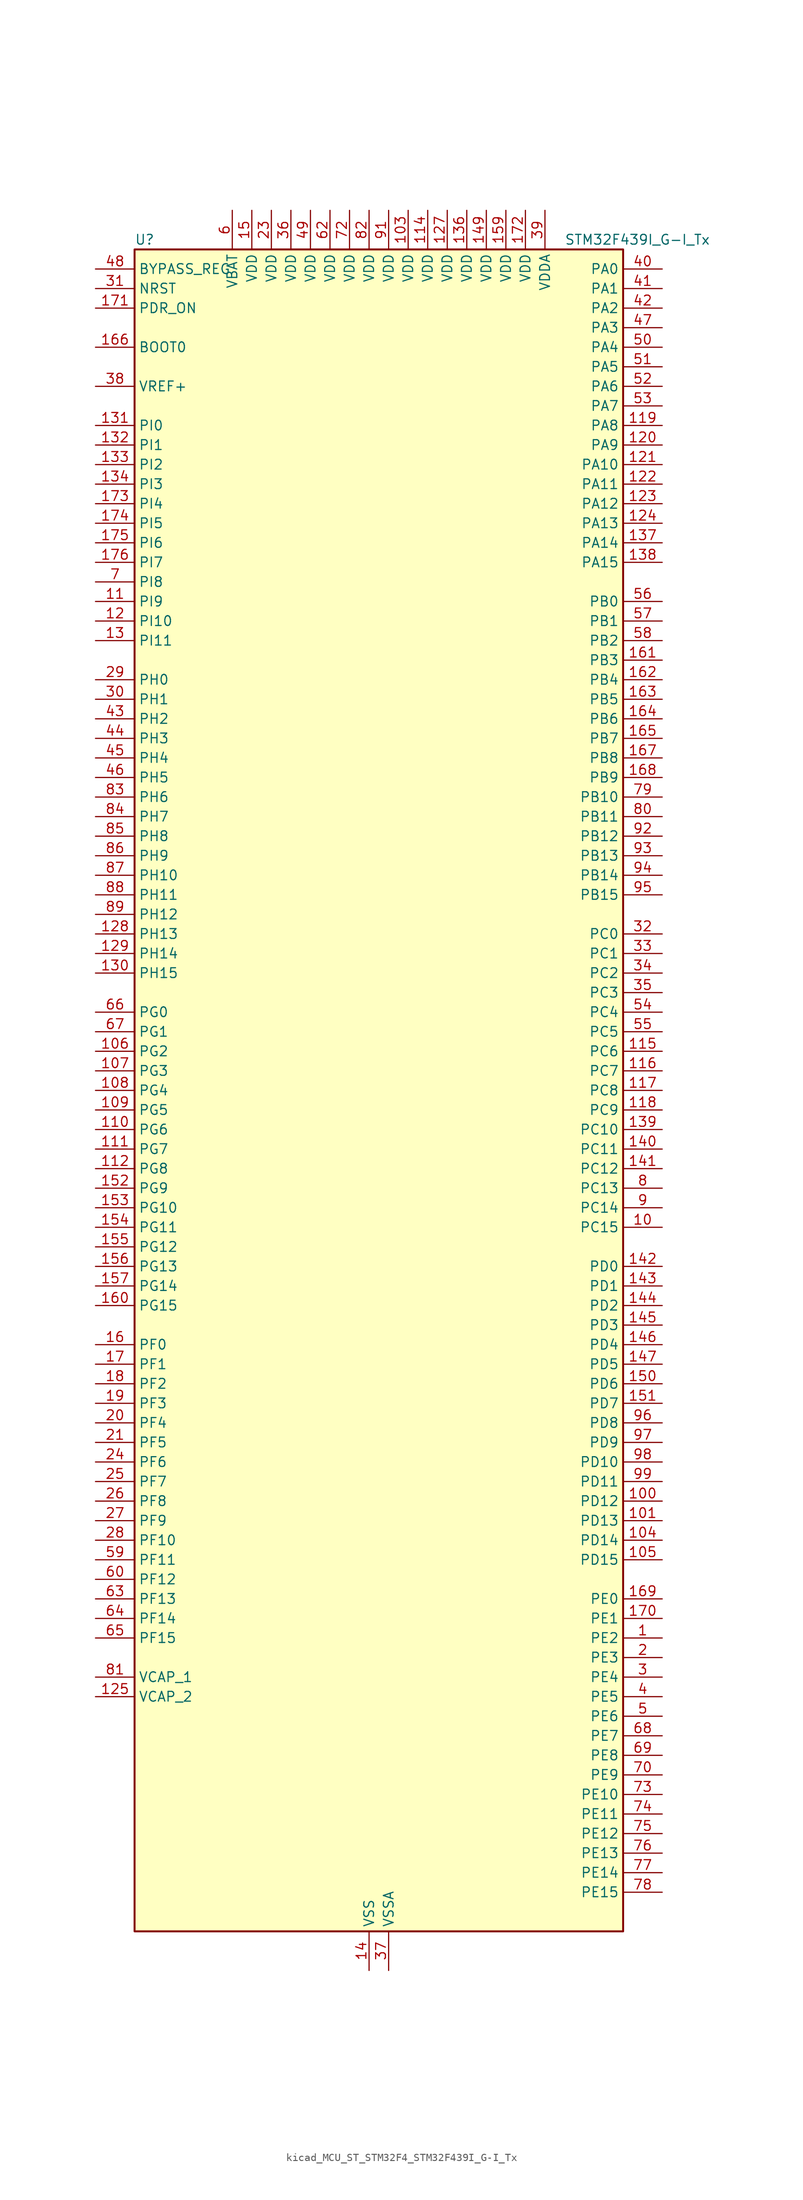
<source format=kicad_sym>
(kicad_symbol_lib
  (version 20220914)
  (generator kicad_symbol_editor)
  (symbol "kicad_MCU_ST_STM32F4_STM32F439I_G-I_Tx"
    (property "Reference" "U"
      (at -30.48 110.49 0)
      (effects (font (size 1.27 1.27)) (justify left)))
    (property "Value" "STM32F439I_G-I_Tx"
      (at 25.4 110.49 0)
      (effects (font (size 1.27 1.27)) (justify left)))
    (property "ki_locked" ""
      (at 0 0 0)
      (effects (font (size 1.27 1.27))))
    (symbol "kicad_MCU_ST_STM32F4_STM32F439I_G-I_Tx_0_1"
      (rectangle (start -30.48 -109.22) (end 33.02 109.22) (stroke (width 0.254) (type default)) (fill (type background))))
    (symbol "kicad_MCU_ST_STM32F4_STM32F439I_G-I_Tx_1_1"
      (pin bidirectional line (at 38.1 -71.12 180) (length 5.08) (name "PE2" (effects (font (size 1.27 1.27)))) (number "1" (effects (font (size 1.27 1.27)))) (alternate "ETH_TXD3" bidirectional line) (alternate "FMC_A23" bidirectional line) (alternate "SAI1_MCLK_A" bidirectional line) (alternate "SPI4_SCK" bidirectional line) (alternate "SYS_TRACECLK" bidirectional line))
      (pin bidirectional line (at 38.1 -17.78 180) (length 5.08) (name "PC15" (effects (font (size 1.27 1.27)))) (number "10" (effects (font (size 1.27 1.27)))) (alternate "ADC1_EXTI15" bidirectional line) (alternate "ADC2_EXTI15" bidirectional line) (alternate "ADC3_EXTI15" bidirectional line) (alternate "RCC_OSC32_OUT" bidirectional line))
      (pin bidirectional line (at 38.1 -53.34 180) (length 5.08) (name "PD12" (effects (font (size 1.27 1.27)))) (number "100" (effects (font (size 1.27 1.27)))) (alternate "FMC_A17" bidirectional line) (alternate "FMC_ALE" bidirectional line) (alternate "TIM4_CH1" bidirectional line) (alternate "USART3_RTS" bidirectional line))
      (pin bidirectional line (at 38.1 -55.88 180) (length 5.08) (name "PD13" (effects (font (size 1.27 1.27)))) (number "101" (effects (font (size 1.27 1.27)))) (alternate "FMC_A18" bidirectional line) (alternate "TIM4_CH2" bidirectional line))
      (pin passive line (at 0 -114.3 90) (length 5.08) hide (name "VSS" (effects (font (size 1.27 1.27)))) (number "102" (effects (font (size 1.27 1.27)))))
      (pin power_in line (at 5.08 114.3 270) (length 5.08) (name "VDD" (effects (font (size 1.27 1.27)))) (number "103" (effects (font (size 1.27 1.27)))))
      (pin bidirectional line (at 38.1 -58.42 180) (length 5.08) (name "PD14" (effects (font (size 1.27 1.27)))) (number "104" (effects (font (size 1.27 1.27)))) (alternate "FMC_D0" bidirectional line) (alternate "FMC_DA0" bidirectional line) (alternate "TIM4_CH3" bidirectional line))
      (pin bidirectional line (at 38.1 -60.96 180) (length 5.08) (name "PD15" (effects (font (size 1.27 1.27)))) (number "105" (effects (font (size 1.27 1.27)))) (alternate "ADC1_EXTI15" bidirectional line) (alternate "ADC2_EXTI15" bidirectional line) (alternate "ADC3_EXTI15" bidirectional line) (alternate "FMC_D1" bidirectional line) (alternate "FMC_DA1" bidirectional line) (alternate "TIM4_CH4" bidirectional line))
      (pin bidirectional line (at -35.56 5.08 0) (length 5.08) (name "PG2" (effects (font (size 1.27 1.27)))) (number "106" (effects (font (size 1.27 1.27)))) (alternate "FMC_A12" bidirectional line))
      (pin bidirectional line (at -35.56 2.54 0) (length 5.08) (name "PG3" (effects (font (size 1.27 1.27)))) (number "107" (effects (font (size 1.27 1.27)))) (alternate "FMC_A13" bidirectional line))
      (pin bidirectional line (at -35.56 0 0) (length 5.08) (name "PG4" (effects (font (size 1.27 1.27)))) (number "108" (effects (font (size 1.27 1.27)))) (alternate "FMC_A14" bidirectional line) (alternate "FMC_BA0" bidirectional line))
      (pin bidirectional line (at -35.56 -2.54 0) (length 5.08) (name "PG5" (effects (font (size 1.27 1.27)))) (number "109" (effects (font (size 1.27 1.27)))) (alternate "FMC_A15" bidirectional line) (alternate "FMC_BA1" bidirectional line))
      (pin bidirectional line (at -35.56 63.5 0) (length 5.08) (name "PI9" (effects (font (size 1.27 1.27)))) (number "11" (effects (font (size 1.27 1.27)))) (alternate "CAN1_RX" bidirectional line) (alternate "DAC_EXTI9" bidirectional line) (alternate "FMC_D30" bidirectional line) (alternate "LTDC_VSYNC" bidirectional line))
      (pin bidirectional line (at -35.56 -5.08 0) (length 5.08) (name "PG6" (effects (font (size 1.27 1.27)))) (number "110" (effects (font (size 1.27 1.27)))) (alternate "DCMI_D12" bidirectional line) (alternate "FMC_INT2" bidirectional line) (alternate "LTDC_R7" bidirectional line))
      (pin bidirectional line (at -35.56 -7.62 0) (length 5.08) (name "PG7" (effects (font (size 1.27 1.27)))) (number "111" (effects (font (size 1.27 1.27)))) (alternate "DCMI_D13" bidirectional line) (alternate "FMC_INT3" bidirectional line) (alternate "LTDC_CLK" bidirectional line) (alternate "USART6_CK" bidirectional line))
      (pin bidirectional line (at -35.56 -10.16 0) (length 5.08) (name "PG8" (effects (font (size 1.27 1.27)))) (number "112" (effects (font (size 1.27 1.27)))) (alternate "ETH_PPS_OUT" bidirectional line) (alternate "FMC_SDCLK" bidirectional line) (alternate "SPI6_NSS" bidirectional line) (alternate "USART6_RTS" bidirectional line))
      (pin passive line (at 0 -114.3 90) (length 5.08) hide (name "VSS" (effects (font (size 1.27 1.27)))) (number "113" (effects (font (size 1.27 1.27)))))
      (pin power_in line (at 7.62 114.3 270) (length 5.08) (name "VDD" (effects (font (size 1.27 1.27)))) (number "114" (effects (font (size 1.27 1.27)))))
      (pin bidirectional line (at 38.1 5.08 180) (length 5.08) (name "PC6" (effects (font (size 1.27 1.27)))) (number "115" (effects (font (size 1.27 1.27)))) (alternate "DCMI_D0" bidirectional line) (alternate "I2S2_MCK" bidirectional line) (alternate "LTDC_HSYNC" bidirectional line) (alternate "SDIO_D6" bidirectional line) (alternate "TIM3_CH1" bidirectional line) (alternate "TIM8_CH1" bidirectional line) (alternate "USART6_TX" bidirectional line))
      (pin bidirectional line (at 38.1 2.54 180) (length 5.08) (name "PC7" (effects (font (size 1.27 1.27)))) (number "116" (effects (font (size 1.27 1.27)))) (alternate "DCMI_D1" bidirectional line) (alternate "I2S3_MCK" bidirectional line) (alternate "LTDC_G6" bidirectional line) (alternate "SDIO_D7" bidirectional line) (alternate "TIM3_CH2" bidirectional line) (alternate "TIM8_CH2" bidirectional line) (alternate "USART6_RX" bidirectional line))
      (pin bidirectional line (at 38.1 0 180) (length 5.08) (name "PC8" (effects (font (size 1.27 1.27)))) (number "117" (effects (font (size 1.27 1.27)))) (alternate "DCMI_D2" bidirectional line) (alternate "SDIO_D0" bidirectional line) (alternate "TIM3_CH3" bidirectional line) (alternate "TIM8_CH3" bidirectional line) (alternate "USART6_CK" bidirectional line))
      (pin bidirectional line (at 38.1 -2.54 180) (length 5.08) (name "PC9" (effects (font (size 1.27 1.27)))) (number "118" (effects (font (size 1.27 1.27)))) (alternate "DAC_EXTI9" bidirectional line) (alternate "DCMI_D3" bidirectional line) (alternate "I2C3_SDA" bidirectional line) (alternate "I2S_CKIN" bidirectional line) (alternate "RCC_MCO_2" bidirectional line) (alternate "SDIO_D1" bidirectional line) (alternate "TIM3_CH4" bidirectional line) (alternate "TIM8_CH4" bidirectional line))
      (pin bidirectional line (at 38.1 86.36 180) (length 5.08) (name "PA8" (effects (font (size 1.27 1.27)))) (number "119" (effects (font (size 1.27 1.27)))) (alternate "I2C3_SCL" bidirectional line) (alternate "LTDC_R6" bidirectional line) (alternate "RCC_MCO_1" bidirectional line) (alternate "TIM1_CH1" bidirectional line) (alternate "USART1_CK" bidirectional line) (alternate "USB_OTG_FS_SOF" bidirectional line))
      (pin bidirectional line (at -35.56 60.96 0) (length 5.08) (name "PI10" (effects (font (size 1.27 1.27)))) (number "12" (effects (font (size 1.27 1.27)))) (alternate "ETH_RX_ER" bidirectional line) (alternate "FMC_D31" bidirectional line) (alternate "LTDC_HSYNC" bidirectional line))
      (pin bidirectional line (at 38.1 83.82 180) (length 5.08) (name "PA9" (effects (font (size 1.27 1.27)))) (number "120" (effects (font (size 1.27 1.27)))) (alternate "DAC_EXTI9" bidirectional line) (alternate "DCMI_D0" bidirectional line) (alternate "I2C3_SMBA" bidirectional line) (alternate "TIM1_CH2" bidirectional line) (alternate "USART1_TX" bidirectional line) (alternate "USB_OTG_FS_VBUS" bidirectional line))
      (pin bidirectional line (at 38.1 81.28 180) (length 5.08) (name "PA10" (effects (font (size 1.27 1.27)))) (number "121" (effects (font (size 1.27 1.27)))) (alternate "DCMI_D1" bidirectional line) (alternate "TIM1_CH3" bidirectional line) (alternate "USART1_RX" bidirectional line) (alternate "USB_OTG_FS_ID" bidirectional line))
      (pin bidirectional line (at 38.1 78.74 180) (length 5.08) (name "PA11" (effects (font (size 1.27 1.27)))) (number "122" (effects (font (size 1.27 1.27)))) (alternate "ADC1_EXTI11" bidirectional line) (alternate "ADC2_EXTI11" bidirectional line) (alternate "ADC3_EXTI11" bidirectional line) (alternate "CAN1_RX" bidirectional line) (alternate "LTDC_R4" bidirectional line) (alternate "TIM1_CH4" bidirectional line) (alternate "USART1_CTS" bidirectional line) (alternate "USB_OTG_FS_DM" bidirectional line))
      (pin bidirectional line (at 38.1 76.2 180) (length 5.08) (name "PA12" (effects (font (size 1.27 1.27)))) (number "123" (effects (font (size 1.27 1.27)))) (alternate "CAN1_TX" bidirectional line) (alternate "LTDC_R5" bidirectional line) (alternate "TIM1_ETR" bidirectional line) (alternate "USART1_RTS" bidirectional line) (alternate "USB_OTG_FS_DP" bidirectional line))
      (pin bidirectional line (at 38.1 73.66 180) (length 5.08) (name "PA13" (effects (font (size 1.27 1.27)))) (number "124" (effects (font (size 1.27 1.27)))) (alternate "SYS_JTMS-SWDIO" bidirectional line))
      (pin power_out line (at -35.56 -78.74 0) (length 5.08) (name "VCAP_2" (effects (font (size 1.27 1.27)))) (number "125" (effects (font (size 1.27 1.27)))))
      (pin passive line (at 0 -114.3 90) (length 5.08) hide (name "VSS" (effects (font (size 1.27 1.27)))) (number "126" (effects (font (size 1.27 1.27)))))
      (pin power_in line (at 10.16 114.3 270) (length 5.08) (name "VDD" (effects (font (size 1.27 1.27)))) (number "127" (effects (font (size 1.27 1.27)))))
      (pin bidirectional line (at -35.56 20.32 0) (length 5.08) (name "PH13" (effects (font (size 1.27 1.27)))) (number "128" (effects (font (size 1.27 1.27)))) (alternate "CAN1_TX" bidirectional line) (alternate "FMC_D21" bidirectional line) (alternate "LTDC_G2" bidirectional line) (alternate "TIM8_CH1N" bidirectional line))
      (pin bidirectional line (at -35.56 17.78 0) (length 5.08) (name "PH14" (effects (font (size 1.27 1.27)))) (number "129" (effects (font (size 1.27 1.27)))) (alternate "DCMI_D4" bidirectional line) (alternate "FMC_D22" bidirectional line) (alternate "LTDC_G3" bidirectional line) (alternate "TIM8_CH2N" bidirectional line))
      (pin bidirectional line (at -35.56 58.42 0) (length 5.08) (name "PI11" (effects (font (size 1.27 1.27)))) (number "13" (effects (font (size 1.27 1.27)))) (alternate "ADC1_EXTI11" bidirectional line) (alternate "ADC2_EXTI11" bidirectional line) (alternate "ADC3_EXTI11" bidirectional line) (alternate "USB_OTG_HS_ULPI_DIR" bidirectional line))
      (pin bidirectional line (at -35.56 15.24 0) (length 5.08) (name "PH15" (effects (font (size 1.27 1.27)))) (number "130" (effects (font (size 1.27 1.27)))) (alternate "ADC1_EXTI15" bidirectional line) (alternate "ADC2_EXTI15" bidirectional line) (alternate "ADC3_EXTI15" bidirectional line) (alternate "DCMI_D11" bidirectional line) (alternate "FMC_D23" bidirectional line) (alternate "LTDC_G4" bidirectional line) (alternate "TIM8_CH3N" bidirectional line))
      (pin bidirectional line (at -35.56 86.36 0) (length 5.08) (name "PI0" (effects (font (size 1.27 1.27)))) (number "131" (effects (font (size 1.27 1.27)))) (alternate "DCMI_D13" bidirectional line) (alternate "FMC_D24" bidirectional line) (alternate "I2S2_WS" bidirectional line) (alternate "LTDC_G5" bidirectional line) (alternate "SPI2_NSS" bidirectional line) (alternate "TIM5_CH4" bidirectional line))
      (pin bidirectional line (at -35.56 83.82 0) (length 5.08) (name "PI1" (effects (font (size 1.27 1.27)))) (number "132" (effects (font (size 1.27 1.27)))) (alternate "DCMI_D8" bidirectional line) (alternate "FMC_D25" bidirectional line) (alternate "I2S2_CK" bidirectional line) (alternate "LTDC_G6" bidirectional line) (alternate "SPI2_SCK" bidirectional line))
      (pin bidirectional line (at -35.56 81.28 0) (length 5.08) (name "PI2" (effects (font (size 1.27 1.27)))) (number "133" (effects (font (size 1.27 1.27)))) (alternate "DCMI_D9" bidirectional line) (alternate "FMC_D26" bidirectional line) (alternate "I2S2_ext_SD" bidirectional line) (alternate "LTDC_G7" bidirectional line) (alternate "SPI2_MISO" bidirectional line) (alternate "TIM8_CH4" bidirectional line))
      (pin bidirectional line (at -35.56 78.74 0) (length 5.08) (name "PI3" (effects (font (size 1.27 1.27)))) (number "134" (effects (font (size 1.27 1.27)))) (alternate "DCMI_D10" bidirectional line) (alternate "FMC_D27" bidirectional line) (alternate "I2S2_SD" bidirectional line) (alternate "SPI2_MOSI" bidirectional line) (alternate "TIM8_ETR" bidirectional line))
      (pin passive line (at 0 -114.3 90) (length 5.08) hide (name "VSS" (effects (font (size 1.27 1.27)))) (number "135" (effects (font (size 1.27 1.27)))))
      (pin power_in line (at 12.7 114.3 270) (length 5.08) (name "VDD" (effects (font (size 1.27 1.27)))) (number "136" (effects (font (size 1.27 1.27)))))
      (pin bidirectional line (at 38.1 71.12 180) (length 5.08) (name "PA14" (effects (font (size 1.27 1.27)))) (number "137" (effects (font (size 1.27 1.27)))) (alternate "SYS_JTCK-SWCLK" bidirectional line))
      (pin bidirectional line (at 38.1 68.58 180) (length 5.08) (name "PA15" (effects (font (size 1.27 1.27)))) (number "138" (effects (font (size 1.27 1.27)))) (alternate "ADC1_EXTI15" bidirectional line) (alternate "ADC2_EXTI15" bidirectional line) (alternate "ADC3_EXTI15" bidirectional line) (alternate "I2S3_WS" bidirectional line) (alternate "SPI1_NSS" bidirectional line) (alternate "SPI3_NSS" bidirectional line) (alternate "SYS_JTDI" bidirectional line) (alternate "TIM2_CH1" bidirectional line) (alternate "TIM2_ETR" bidirectional line))
      (pin bidirectional line (at 38.1 -5.08 180) (length 5.08) (name "PC10" (effects (font (size 1.27 1.27)))) (number "139" (effects (font (size 1.27 1.27)))) (alternate "DCMI_D8" bidirectional line) (alternate "I2S3_CK" bidirectional line) (alternate "LTDC_R2" bidirectional line) (alternate "SDIO_D2" bidirectional line) (alternate "SPI3_SCK" bidirectional line) (alternate "UART4_TX" bidirectional line) (alternate "USART3_TX" bidirectional line))
      (pin power_in line (at 0 -114.3 90) (length 5.08) (name "VSS" (effects (font (size 1.27 1.27)))) (number "14" (effects (font (size 1.27 1.27)))))
      (pin bidirectional line (at 38.1 -7.62 180) (length 5.08) (name "PC11" (effects (font (size 1.27 1.27)))) (number "140" (effects (font (size 1.27 1.27)))) (alternate "ADC1_EXTI11" bidirectional line) (alternate "ADC2_EXTI11" bidirectional line) (alternate "ADC3_EXTI11" bidirectional line) (alternate "DCMI_D4" bidirectional line) (alternate "I2S3_ext_SD" bidirectional line) (alternate "SDIO_D3" bidirectional line) (alternate "SPI3_MISO" bidirectional line) (alternate "UART4_RX" bidirectional line) (alternate "USART3_RX" bidirectional line))
      (pin bidirectional line (at 38.1 -10.16 180) (length 5.08) (name "PC12" (effects (font (size 1.27 1.27)))) (number "141" (effects (font (size 1.27 1.27)))) (alternate "DCMI_D9" bidirectional line) (alternate "I2S3_SD" bidirectional line) (alternate "SDIO_CK" bidirectional line) (alternate "SPI3_MOSI" bidirectional line) (alternate "UART5_TX" bidirectional line) (alternate "USART3_CK" bidirectional line))
      (pin bidirectional line (at 38.1 -22.86 180) (length 5.08) (name "PD0" (effects (font (size 1.27 1.27)))) (number "142" (effects (font (size 1.27 1.27)))) (alternate "CAN1_RX" bidirectional line) (alternate "FMC_D2" bidirectional line) (alternate "FMC_DA2" bidirectional line))
      (pin bidirectional line (at 38.1 -25.4 180) (length 5.08) (name "PD1" (effects (font (size 1.27 1.27)))) (number "143" (effects (font (size 1.27 1.27)))) (alternate "CAN1_TX" bidirectional line) (alternate "FMC_D3" bidirectional line) (alternate "FMC_DA3" bidirectional line))
      (pin bidirectional line (at 38.1 -27.94 180) (length 5.08) (name "PD2" (effects (font (size 1.27 1.27)))) (number "144" (effects (font (size 1.27 1.27)))) (alternate "DCMI_D11" bidirectional line) (alternate "SDIO_CMD" bidirectional line) (alternate "TIM3_ETR" bidirectional line) (alternate "UART5_RX" bidirectional line))
      (pin bidirectional line (at 38.1 -30.48 180) (length 5.08) (name "PD3" (effects (font (size 1.27 1.27)))) (number "145" (effects (font (size 1.27 1.27)))) (alternate "DCMI_D5" bidirectional line) (alternate "FMC_CLK" bidirectional line) (alternate "I2S2_CK" bidirectional line) (alternate "LTDC_G7" bidirectional line) (alternate "SPI2_SCK" bidirectional line) (alternate "USART2_CTS" bidirectional line))
      (pin bidirectional line (at 38.1 -33.02 180) (length 5.08) (name "PD4" (effects (font (size 1.27 1.27)))) (number "146" (effects (font (size 1.27 1.27)))) (alternate "FMC_NOE" bidirectional line) (alternate "USART2_RTS" bidirectional line))
      (pin bidirectional line (at 38.1 -35.56 180) (length 5.08) (name "PD5" (effects (font (size 1.27 1.27)))) (number "147" (effects (font (size 1.27 1.27)))) (alternate "FMC_NWE" bidirectional line) (alternate "USART2_TX" bidirectional line))
      (pin passive line (at 0 -114.3 90) (length 5.08) hide (name "VSS" (effects (font (size 1.27 1.27)))) (number "148" (effects (font (size 1.27 1.27)))))
      (pin power_in line (at 15.24 114.3 270) (length 5.08) (name "VDD" (effects (font (size 1.27 1.27)))) (number "149" (effects (font (size 1.27 1.27)))))
      (pin power_in line (at -15.24 114.3 270) (length 5.08) (name "VDD" (effects (font (size 1.27 1.27)))) (number "15" (effects (font (size 1.27 1.27)))))
      (pin bidirectional line (at 38.1 -38.1 180) (length 5.08) (name "PD6" (effects (font (size 1.27 1.27)))) (number "150" (effects (font (size 1.27 1.27)))) (alternate "DCMI_D10" bidirectional line) (alternate "FMC_NWAIT" bidirectional line) (alternate "I2S3_SD" bidirectional line) (alternate "LTDC_B2" bidirectional line) (alternate "SAI1_SD_A" bidirectional line) (alternate "SPI3_MOSI" bidirectional line) (alternate "USART2_RX" bidirectional line))
      (pin bidirectional line (at 38.1 -40.64 180) (length 5.08) (name "PD7" (effects (font (size 1.27 1.27)))) (number "151" (effects (font (size 1.27 1.27)))) (alternate "FMC_NCE2" bidirectional line) (alternate "FMC_NE1" bidirectional line) (alternate "USART2_CK" bidirectional line))
      (pin bidirectional line (at -35.56 -12.7 0) (length 5.08) (name "PG9" (effects (font (size 1.27 1.27)))) (number "152" (effects (font (size 1.27 1.27)))) (alternate "DAC_EXTI9" bidirectional line) (alternate "DCMI_VSYNC" bidirectional line) (alternate "FMC_NCE3" bidirectional line) (alternate "FMC_NE2" bidirectional line) (alternate "USART6_RX" bidirectional line))
      (pin bidirectional line (at -35.56 -15.24 0) (length 5.08) (name "PG10" (effects (font (size 1.27 1.27)))) (number "153" (effects (font (size 1.27 1.27)))) (alternate "DCMI_D2" bidirectional line) (alternate "FMC_NCE4_1" bidirectional line) (alternate "FMC_NE3" bidirectional line) (alternate "LTDC_B2" bidirectional line) (alternate "LTDC_G3" bidirectional line))
      (pin bidirectional line (at -35.56 -17.78 0) (length 5.08) (name "PG11" (effects (font (size 1.27 1.27)))) (number "154" (effects (font (size 1.27 1.27)))) (alternate "ADC1_EXTI11" bidirectional line) (alternate "ADC2_EXTI11" bidirectional line) (alternate "ADC3_EXTI11" bidirectional line) (alternate "DCMI_D3" bidirectional line) (alternate "ETH_TX_EN" bidirectional line) (alternate "FMC_NCE4_2" bidirectional line) (alternate "LTDC_B3" bidirectional line))
      (pin bidirectional line (at -35.56 -20.32 0) (length 5.08) (name "PG12" (effects (font (size 1.27 1.27)))) (number "155" (effects (font (size 1.27 1.27)))) (alternate "FMC_NE4" bidirectional line) (alternate "LTDC_B1" bidirectional line) (alternate "LTDC_B4" bidirectional line) (alternate "SPI6_MISO" bidirectional line) (alternate "USART6_RTS" bidirectional line))
      (pin bidirectional line (at -35.56 -22.86 0) (length 5.08) (name "PG13" (effects (font (size 1.27 1.27)))) (number "156" (effects (font (size 1.27 1.27)))) (alternate "ETH_TXD0" bidirectional line) (alternate "FMC_A24" bidirectional line) (alternate "SPI6_SCK" bidirectional line) (alternate "USART6_CTS" bidirectional line))
      (pin bidirectional line (at -35.56 -25.4 0) (length 5.08) (name "PG14" (effects (font (size 1.27 1.27)))) (number "157" (effects (font (size 1.27 1.27)))) (alternate "ETH_TXD1" bidirectional line) (alternate "FMC_A25" bidirectional line) (alternate "SPI6_MOSI" bidirectional line) (alternate "USART6_TX" bidirectional line))
      (pin passive line (at 0 -114.3 90) (length 5.08) hide (name "VSS" (effects (font (size 1.27 1.27)))) (number "158" (effects (font (size 1.27 1.27)))))
      (pin power_in line (at 17.78 114.3 270) (length 5.08) (name "VDD" (effects (font (size 1.27 1.27)))) (number "159" (effects (font (size 1.27 1.27)))))
      (pin bidirectional line (at -35.56 -33.02 0) (length 5.08) (name "PF0" (effects (font (size 1.27 1.27)))) (number "16" (effects (font (size 1.27 1.27)))) (alternate "FMC_A0" bidirectional line) (alternate "I2C2_SDA" bidirectional line))
      (pin bidirectional line (at -35.56 -27.94 0) (length 5.08) (name "PG15" (effects (font (size 1.27 1.27)))) (number "160" (effects (font (size 1.27 1.27)))) (alternate "ADC1_EXTI15" bidirectional line) (alternate "ADC2_EXTI15" bidirectional line) (alternate "ADC3_EXTI15" bidirectional line) (alternate "DCMI_D13" bidirectional line) (alternate "FMC_SDNCAS" bidirectional line) (alternate "USART6_CTS" bidirectional line))
      (pin bidirectional line (at 38.1 55.88 180) (length 5.08) (name "PB3" (effects (font (size 1.27 1.27)))) (number "161" (effects (font (size 1.27 1.27)))) (alternate "I2S3_CK" bidirectional line) (alternate "SPI1_SCK" bidirectional line) (alternate "SPI3_SCK" bidirectional line) (alternate "SYS_JTDO-SWO" bidirectional line) (alternate "TIM2_CH2" bidirectional line))
      (pin bidirectional line (at 38.1 53.34 180) (length 5.08) (name "PB4" (effects (font (size 1.27 1.27)))) (number "162" (effects (font (size 1.27 1.27)))) (alternate "I2S3_ext_SD" bidirectional line) (alternate "SPI1_MISO" bidirectional line) (alternate "SPI3_MISO" bidirectional line) (alternate "SYS_JTRST" bidirectional line) (alternate "TIM3_CH1" bidirectional line))
      (pin bidirectional line (at 38.1 50.8 180) (length 5.08) (name "PB5" (effects (font (size 1.27 1.27)))) (number "163" (effects (font (size 1.27 1.27)))) (alternate "CAN2_RX" bidirectional line) (alternate "DCMI_D10" bidirectional line) (alternate "ETH_PPS_OUT" bidirectional line) (alternate "FMC_SDCKE1" bidirectional line) (alternate "I2C1_SMBA" bidirectional line) (alternate "I2S3_SD" bidirectional line) (alternate "SPI1_MOSI" bidirectional line) (alternate "SPI3_MOSI" bidirectional line) (alternate "TIM3_CH2" bidirectional line) (alternate "USB_OTG_HS_ULPI_D7" bidirectional line))
      (pin bidirectional line (at 38.1 48.26 180) (length 5.08) (name "PB6" (effects (font (size 1.27 1.27)))) (number "164" (effects (font (size 1.27 1.27)))) (alternate "CAN2_TX" bidirectional line) (alternate "DCMI_D5" bidirectional line) (alternate "FMC_SDNE1" bidirectional line) (alternate "I2C1_SCL" bidirectional line) (alternate "TIM4_CH1" bidirectional line) (alternate "USART1_TX" bidirectional line))
      (pin bidirectional line (at 38.1 45.72 180) (length 5.08) (name "PB7" (effects (font (size 1.27 1.27)))) (number "165" (effects (font (size 1.27 1.27)))) (alternate "DCMI_VSYNC" bidirectional line) (alternate "FMC_NL" bidirectional line) (alternate "I2C1_SDA" bidirectional line) (alternate "TIM4_CH2" bidirectional line) (alternate "USART1_RX" bidirectional line))
      (pin input line (at -35.56 96.52 0) (length 5.08) (name "BOOT0" (effects (font (size 1.27 1.27)))) (number "166" (effects (font (size 1.27 1.27)))))
      (pin bidirectional line (at 38.1 43.18 180) (length 5.08) (name "PB8" (effects (font (size 1.27 1.27)))) (number "167" (effects (font (size 1.27 1.27)))) (alternate "CAN1_RX" bidirectional line) (alternate "DCMI_D6" bidirectional line) (alternate "ETH_TXD3" bidirectional line) (alternate "I2C1_SCL" bidirectional line) (alternate "LTDC_B6" bidirectional line) (alternate "SDIO_D4" bidirectional line) (alternate "TIM10_CH1" bidirectional line) (alternate "TIM4_CH3" bidirectional line))
      (pin bidirectional line (at 38.1 40.64 180) (length 5.08) (name "PB9" (effects (font (size 1.27 1.27)))) (number "168" (effects (font (size 1.27 1.27)))) (alternate "CAN1_TX" bidirectional line) (alternate "DAC_EXTI9" bidirectional line) (alternate "DCMI_D7" bidirectional line) (alternate "I2C1_SDA" bidirectional line) (alternate "I2S2_WS" bidirectional line) (alternate "LTDC_B7" bidirectional line) (alternate "SDIO_D5" bidirectional line) (alternate "SPI2_NSS" bidirectional line) (alternate "TIM11_CH1" bidirectional line) (alternate "TIM4_CH4" bidirectional line))
      (pin bidirectional line (at 38.1 -66.04 180) (length 5.08) (name "PE0" (effects (font (size 1.27 1.27)))) (number "169" (effects (font (size 1.27 1.27)))) (alternate "DCMI_D2" bidirectional line) (alternate "FMC_NBL0" bidirectional line) (alternate "TIM4_ETR" bidirectional line) (alternate "UART8_RX" bidirectional line))
      (pin bidirectional line (at -35.56 -35.56 0) (length 5.08) (name "PF1" (effects (font (size 1.27 1.27)))) (number "17" (effects (font (size 1.27 1.27)))) (alternate "FMC_A1" bidirectional line) (alternate "I2C2_SCL" bidirectional line))
      (pin bidirectional line (at 38.1 -68.58 180) (length 5.08) (name "PE1" (effects (font (size 1.27 1.27)))) (number "170" (effects (font (size 1.27 1.27)))) (alternate "DCMI_D3" bidirectional line) (alternate "FMC_NBL1" bidirectional line) (alternate "UART8_TX" bidirectional line))
      (pin input line (at -35.56 101.6 0) (length 5.08) (name "PDR_ON" (effects (font (size 1.27 1.27)))) (number "171" (effects (font (size 1.27 1.27)))))
      (pin power_in line (at 20.32 114.3 270) (length 5.08) (name "VDD" (effects (font (size 1.27 1.27)))) (number "172" (effects (font (size 1.27 1.27)))))
      (pin bidirectional line (at -35.56 76.2 0) (length 5.08) (name "PI4" (effects (font (size 1.27 1.27)))) (number "173" (effects (font (size 1.27 1.27)))) (alternate "DCMI_D5" bidirectional line) (alternate "FMC_NBL2" bidirectional line) (alternate "LTDC_B4" bidirectional line) (alternate "TIM8_BKIN" bidirectional line))
      (pin bidirectional line (at -35.56 73.66 0) (length 5.08) (name "PI5" (effects (font (size 1.27 1.27)))) (number "174" (effects (font (size 1.27 1.27)))) (alternate "DCMI_VSYNC" bidirectional line) (alternate "FMC_NBL3" bidirectional line) (alternate "LTDC_B5" bidirectional line) (alternate "TIM8_CH1" bidirectional line))
      (pin bidirectional line (at -35.56 71.12 0) (length 5.08) (name "PI6" (effects (font (size 1.27 1.27)))) (number "175" (effects (font (size 1.27 1.27)))) (alternate "DCMI_D6" bidirectional line) (alternate "FMC_D28" bidirectional line) (alternate "LTDC_B6" bidirectional line) (alternate "TIM8_CH2" bidirectional line))
      (pin bidirectional line (at -35.56 68.58 0) (length 5.08) (name "PI7" (effects (font (size 1.27 1.27)))) (number "176" (effects (font (size 1.27 1.27)))) (alternate "DCMI_D7" bidirectional line) (alternate "FMC_D29" bidirectional line) (alternate "LTDC_B7" bidirectional line) (alternate "TIM8_CH3" bidirectional line))
      (pin bidirectional line (at -35.56 -38.1 0) (length 5.08) (name "PF2" (effects (font (size 1.27 1.27)))) (number "18" (effects (font (size 1.27 1.27)))) (alternate "FMC_A2" bidirectional line) (alternate "I2C2_SMBA" bidirectional line))
      (pin bidirectional line (at -35.56 -40.64 0) (length 5.08) (name "PF3" (effects (font (size 1.27 1.27)))) (number "19" (effects (font (size 1.27 1.27)))) (alternate "ADC3_IN9" bidirectional line) (alternate "FMC_A3" bidirectional line))
      (pin bidirectional line (at 38.1 -73.66 180) (length 5.08) (name "PE3" (effects (font (size 1.27 1.27)))) (number "2" (effects (font (size 1.27 1.27)))) (alternate "FMC_A19" bidirectional line) (alternate "SAI1_SD_B" bidirectional line) (alternate "SYS_TRACED0" bidirectional line))
      (pin bidirectional line (at -35.56 -43.18 0) (length 5.08) (name "PF4" (effects (font (size 1.27 1.27)))) (number "20" (effects (font (size 1.27 1.27)))) (alternate "ADC3_IN14" bidirectional line) (alternate "FMC_A4" bidirectional line))
      (pin bidirectional line (at -35.56 -45.72 0) (length 5.08) (name "PF5" (effects (font (size 1.27 1.27)))) (number "21" (effects (font (size 1.27 1.27)))) (alternate "ADC3_IN15" bidirectional line) (alternate "FMC_A5" bidirectional line))
      (pin passive line (at 0 -114.3 90) (length 5.08) hide (name "VSS" (effects (font (size 1.27 1.27)))) (number "22" (effects (font (size 1.27 1.27)))))
      (pin power_in line (at -12.7 114.3 270) (length 5.08) (name "VDD" (effects (font (size 1.27 1.27)))) (number "23" (effects (font (size 1.27 1.27)))))
      (pin bidirectional line (at -35.56 -48.26 0) (length 5.08) (name "PF6" (effects (font (size 1.27 1.27)))) (number "24" (effects (font (size 1.27 1.27)))) (alternate "ADC3_IN4" bidirectional line) (alternate "FMC_NIORD" bidirectional line) (alternate "SAI1_SD_B" bidirectional line) (alternate "SPI5_NSS" bidirectional line) (alternate "TIM10_CH1" bidirectional line) (alternate "UART7_RX" bidirectional line))
      (pin bidirectional line (at -35.56 -50.8 0) (length 5.08) (name "PF7" (effects (font (size 1.27 1.27)))) (number "25" (effects (font (size 1.27 1.27)))) (alternate "ADC3_IN5" bidirectional line) (alternate "FMC_NREG" bidirectional line) (alternate "SAI1_MCLK_B" bidirectional line) (alternate "SPI5_SCK" bidirectional line) (alternate "TIM11_CH1" bidirectional line) (alternate "UART7_TX" bidirectional line))
      (pin bidirectional line (at -35.56 -53.34 0) (length 5.08) (name "PF8" (effects (font (size 1.27 1.27)))) (number "26" (effects (font (size 1.27 1.27)))) (alternate "ADC3_IN6" bidirectional line) (alternate "FMC_NIOWR" bidirectional line) (alternate "SAI1_SCK_B" bidirectional line) (alternate "SPI5_MISO" bidirectional line) (alternate "TIM13_CH1" bidirectional line))
      (pin bidirectional line (at -35.56 -55.88 0) (length 5.08) (name "PF9" (effects (font (size 1.27 1.27)))) (number "27" (effects (font (size 1.27 1.27)))) (alternate "ADC3_IN7" bidirectional line) (alternate "DAC_EXTI9" bidirectional line) (alternate "FMC_CD" bidirectional line) (alternate "SAI1_FS_B" bidirectional line) (alternate "SPI5_MOSI" bidirectional line) (alternate "TIM14_CH1" bidirectional line))
      (pin bidirectional line (at -35.56 -58.42 0) (length 5.08) (name "PF10" (effects (font (size 1.27 1.27)))) (number "28" (effects (font (size 1.27 1.27)))) (alternate "ADC3_IN8" bidirectional line) (alternate "DCMI_D11" bidirectional line) (alternate "FMC_INTR" bidirectional line) (alternate "LTDC_DE" bidirectional line))
      (pin bidirectional line (at -35.56 53.34 0) (length 5.08) (name "PH0" (effects (font (size 1.27 1.27)))) (number "29" (effects (font (size 1.27 1.27)))) (alternate "RCC_OSC_IN" bidirectional line))
      (pin bidirectional line (at 38.1 -76.2 180) (length 5.08) (name "PE4" (effects (font (size 1.27 1.27)))) (number "3" (effects (font (size 1.27 1.27)))) (alternate "DCMI_D4" bidirectional line) (alternate "FMC_A20" bidirectional line) (alternate "LTDC_B0" bidirectional line) (alternate "SAI1_FS_A" bidirectional line) (alternate "SPI4_NSS" bidirectional line) (alternate "SYS_TRACED1" bidirectional line))
      (pin bidirectional line (at -35.56 50.8 0) (length 5.08) (name "PH1" (effects (font (size 1.27 1.27)))) (number "30" (effects (font (size 1.27 1.27)))) (alternate "RCC_OSC_OUT" bidirectional line))
      (pin input line (at -35.56 104.14 0) (length 5.08) (name "NRST" (effects (font (size 1.27 1.27)))) (number "31" (effects (font (size 1.27 1.27)))))
      (pin bidirectional line (at 38.1 20.32 180) (length 5.08) (name "PC0" (effects (font (size 1.27 1.27)))) (number "32" (effects (font (size 1.27 1.27)))) (alternate "ADC1_IN10" bidirectional line) (alternate "ADC2_IN10" bidirectional line) (alternate "ADC3_IN10" bidirectional line) (alternate "FMC_SDNWE" bidirectional line) (alternate "USB_OTG_HS_ULPI_STP" bidirectional line))
      (pin bidirectional line (at 38.1 17.78 180) (length 5.08) (name "PC1" (effects (font (size 1.27 1.27)))) (number "33" (effects (font (size 1.27 1.27)))) (alternate "ADC1_IN11" bidirectional line) (alternate "ADC2_IN11" bidirectional line) (alternate "ADC3_IN11" bidirectional line) (alternate "ETH_MDC" bidirectional line))
      (pin bidirectional line (at 38.1 15.24 180) (length 5.08) (name "PC2" (effects (font (size 1.27 1.27)))) (number "34" (effects (font (size 1.27 1.27)))) (alternate "ADC1_IN12" bidirectional line) (alternate "ADC2_IN12" bidirectional line) (alternate "ADC3_IN12" bidirectional line) (alternate "ETH_TXD2" bidirectional line) (alternate "FMC_SDNE0" bidirectional line) (alternate "I2S2_ext_SD" bidirectional line) (alternate "SPI2_MISO" bidirectional line) (alternate "USB_OTG_HS_ULPI_DIR" bidirectional line))
      (pin bidirectional line (at 38.1 12.7 180) (length 5.08) (name "PC3" (effects (font (size 1.27 1.27)))) (number "35" (effects (font (size 1.27 1.27)))) (alternate "ADC1_IN13" bidirectional line) (alternate "ADC2_IN13" bidirectional line) (alternate "ADC3_IN13" bidirectional line) (alternate "ETH_TX_CLK" bidirectional line) (alternate "FMC_SDCKE0" bidirectional line) (alternate "I2S2_SD" bidirectional line) (alternate "SPI2_MOSI" bidirectional line) (alternate "USB_OTG_HS_ULPI_NXT" bidirectional line))
      (pin power_in line (at -10.16 114.3 270) (length 5.08) (name "VDD" (effects (font (size 1.27 1.27)))) (number "36" (effects (font (size 1.27 1.27)))))
      (pin power_in line (at 2.54 -114.3 90) (length 5.08) (name "VSSA" (effects (font (size 1.27 1.27)))) (number "37" (effects (font (size 1.27 1.27)))))
      (pin input line (at -35.56 91.44 0) (length 5.08) (name "VREF+" (effects (font (size 1.27 1.27)))) (number "38" (effects (font (size 1.27 1.27)))))
      (pin power_in line (at 22.86 114.3 270) (length 5.08) (name "VDDA" (effects (font (size 1.27 1.27)))) (number "39" (effects (font (size 1.27 1.27)))))
      (pin bidirectional line (at 38.1 -78.74 180) (length 5.08) (name "PE5" (effects (font (size 1.27 1.27)))) (number "4" (effects (font (size 1.27 1.27)))) (alternate "DCMI_D6" bidirectional line) (alternate "FMC_A21" bidirectional line) (alternate "LTDC_G0" bidirectional line) (alternate "SAI1_SCK_A" bidirectional line) (alternate "SPI4_MISO" bidirectional line) (alternate "SYS_TRACED2" bidirectional line) (alternate "TIM9_CH1" bidirectional line))
      (pin bidirectional line (at 38.1 106.68 180) (length 5.08) (name "PA0" (effects (font (size 1.27 1.27)))) (number "40" (effects (font (size 1.27 1.27)))) (alternate "ADC1_IN0" bidirectional line) (alternate "ADC2_IN0" bidirectional line) (alternate "ADC3_IN0" bidirectional line) (alternate "ETH_CRS" bidirectional line) (alternate "SYS_WKUP" bidirectional line) (alternate "TIM2_CH1" bidirectional line) (alternate "TIM2_ETR" bidirectional line) (alternate "TIM5_CH1" bidirectional line) (alternate "TIM8_ETR" bidirectional line) (alternate "UART4_TX" bidirectional line) (alternate "USART2_CTS" bidirectional line))
      (pin bidirectional line (at 38.1 104.14 180) (length 5.08) (name "PA1" (effects (font (size 1.27 1.27)))) (number "41" (effects (font (size 1.27 1.27)))) (alternate "ADC1_IN1" bidirectional line) (alternate "ADC2_IN1" bidirectional line) (alternate "ADC3_IN1" bidirectional line) (alternate "ETH_REF_CLK" bidirectional line) (alternate "ETH_RX_CLK" bidirectional line) (alternate "TIM2_CH2" bidirectional line) (alternate "TIM5_CH2" bidirectional line) (alternate "UART4_RX" bidirectional line) (alternate "USART2_RTS" bidirectional line))
      (pin bidirectional line (at 38.1 101.6 180) (length 5.08) (name "PA2" (effects (font (size 1.27 1.27)))) (number "42" (effects (font (size 1.27 1.27)))) (alternate "ADC1_IN2" bidirectional line) (alternate "ADC2_IN2" bidirectional line) (alternate "ADC3_IN2" bidirectional line) (alternate "ETH_MDIO" bidirectional line) (alternate "TIM2_CH3" bidirectional line) (alternate "TIM5_CH3" bidirectional line) (alternate "TIM9_CH1" bidirectional line) (alternate "USART2_TX" bidirectional line))
      (pin bidirectional line (at -35.56 48.26 0) (length 5.08) (name "PH2" (effects (font (size 1.27 1.27)))) (number "43" (effects (font (size 1.27 1.27)))) (alternate "ETH_CRS" bidirectional line) (alternate "FMC_SDCKE0" bidirectional line) (alternate "LTDC_R0" bidirectional line))
      (pin bidirectional line (at -35.56 45.72 0) (length 5.08) (name "PH3" (effects (font (size 1.27 1.27)))) (number "44" (effects (font (size 1.27 1.27)))) (alternate "ETH_COL" bidirectional line) (alternate "FMC_SDNE0" bidirectional line) (alternate "LTDC_R1" bidirectional line))
      (pin bidirectional line (at -35.56 43.18 0) (length 5.08) (name "PH4" (effects (font (size 1.27 1.27)))) (number "45" (effects (font (size 1.27 1.27)))) (alternate "I2C2_SCL" bidirectional line) (alternate "USB_OTG_HS_ULPI_NXT" bidirectional line))
      (pin bidirectional line (at -35.56 40.64 0) (length 5.08) (name "PH5" (effects (font (size 1.27 1.27)))) (number "46" (effects (font (size 1.27 1.27)))) (alternate "FMC_SDNWE" bidirectional line) (alternate "I2C2_SDA" bidirectional line) (alternate "SPI5_NSS" bidirectional line))
      (pin bidirectional line (at 38.1 99.06 180) (length 5.08) (name "PA3" (effects (font (size 1.27 1.27)))) (number "47" (effects (font (size 1.27 1.27)))) (alternate "ADC1_IN3" bidirectional line) (alternate "ADC2_IN3" bidirectional line) (alternate "ADC3_IN3" bidirectional line) (alternate "ETH_COL" bidirectional line) (alternate "LTDC_B5" bidirectional line) (alternate "TIM2_CH4" bidirectional line) (alternate "TIM5_CH4" bidirectional line) (alternate "TIM9_CH2" bidirectional line) (alternate "USART2_RX" bidirectional line) (alternate "USB_OTG_HS_ULPI_D0" bidirectional line))
      (pin input line (at -35.56 106.68 0) (length 5.08) (name "BYPASS_REG" (effects (font (size 1.27 1.27)))) (number "48" (effects (font (size 1.27 1.27)))))
      (pin power_in line (at -7.62 114.3 270) (length 5.08) (name "VDD" (effects (font (size 1.27 1.27)))) (number "49" (effects (font (size 1.27 1.27)))))
      (pin bidirectional line (at 38.1 -81.28 180) (length 5.08) (name "PE6" (effects (font (size 1.27 1.27)))) (number "5" (effects (font (size 1.27 1.27)))) (alternate "DCMI_D7" bidirectional line) (alternate "FMC_A22" bidirectional line) (alternate "LTDC_G1" bidirectional line) (alternate "SAI1_SD_A" bidirectional line) (alternate "SPI4_MOSI" bidirectional line) (alternate "SYS_TRACED3" bidirectional line) (alternate "TIM9_CH2" bidirectional line))
      (pin bidirectional line (at 38.1 96.52 180) (length 5.08) (name "PA4" (effects (font (size 1.27 1.27)))) (number "50" (effects (font (size 1.27 1.27)))) (alternate "ADC1_IN4" bidirectional line) (alternate "ADC2_IN4" bidirectional line) (alternate "DAC_OUT1" bidirectional line) (alternate "DCMI_HSYNC" bidirectional line) (alternate "I2S3_WS" bidirectional line) (alternate "LTDC_VSYNC" bidirectional line) (alternate "SPI1_NSS" bidirectional line) (alternate "SPI3_NSS" bidirectional line) (alternate "USART2_CK" bidirectional line) (alternate "USB_OTG_HS_SOF" bidirectional line))
      (pin bidirectional line (at 38.1 93.98 180) (length 5.08) (name "PA5" (effects (font (size 1.27 1.27)))) (number "51" (effects (font (size 1.27 1.27)))) (alternate "ADC1_IN5" bidirectional line) (alternate "ADC2_IN5" bidirectional line) (alternate "DAC_OUT2" bidirectional line) (alternate "SPI1_SCK" bidirectional line) (alternate "TIM2_CH1" bidirectional line) (alternate "TIM2_ETR" bidirectional line) (alternate "TIM8_CH1N" bidirectional line) (alternate "USB_OTG_HS_ULPI_CK" bidirectional line))
      (pin bidirectional line (at 38.1 91.44 180) (length 5.08) (name "PA6" (effects (font (size 1.27 1.27)))) (number "52" (effects (font (size 1.27 1.27)))) (alternate "ADC1_IN6" bidirectional line) (alternate "ADC2_IN6" bidirectional line) (alternate "DCMI_PIXCLK" bidirectional line) (alternate "LTDC_G2" bidirectional line) (alternate "SPI1_MISO" bidirectional line) (alternate "TIM13_CH1" bidirectional line) (alternate "TIM1_BKIN" bidirectional line) (alternate "TIM3_CH1" bidirectional line) (alternate "TIM8_BKIN" bidirectional line))
      (pin bidirectional line (at 38.1 88.9 180) (length 5.08) (name "PA7" (effects (font (size 1.27 1.27)))) (number "53" (effects (font (size 1.27 1.27)))) (alternate "ADC1_IN7" bidirectional line) (alternate "ADC2_IN7" bidirectional line) (alternate "ETH_CRS_DV" bidirectional line) (alternate "ETH_RX_DV" bidirectional line) (alternate "SPI1_MOSI" bidirectional line) (alternate "TIM14_CH1" bidirectional line) (alternate "TIM1_CH1N" bidirectional line) (alternate "TIM3_CH2" bidirectional line) (alternate "TIM8_CH1N" bidirectional line))
      (pin bidirectional line (at 38.1 10.16 180) (length 5.08) (name "PC4" (effects (font (size 1.27 1.27)))) (number "54" (effects (font (size 1.27 1.27)))) (alternate "ADC1_IN14" bidirectional line) (alternate "ADC2_IN14" bidirectional line) (alternate "ETH_RXD0" bidirectional line))
      (pin bidirectional line (at 38.1 7.62 180) (length 5.08) (name "PC5" (effects (font (size 1.27 1.27)))) (number "55" (effects (font (size 1.27 1.27)))) (alternate "ADC1_IN15" bidirectional line) (alternate "ADC2_IN15" bidirectional line) (alternate "ETH_RXD1" bidirectional line))
      (pin bidirectional line (at 38.1 63.5 180) (length 5.08) (name "PB0" (effects (font (size 1.27 1.27)))) (number "56" (effects (font (size 1.27 1.27)))) (alternate "ADC1_IN8" bidirectional line) (alternate "ADC2_IN8" bidirectional line) (alternate "ETH_RXD2" bidirectional line) (alternate "LTDC_R3" bidirectional line) (alternate "TIM1_CH2N" bidirectional line) (alternate "TIM3_CH3" bidirectional line) (alternate "TIM8_CH2N" bidirectional line) (alternate "USB_OTG_HS_ULPI_D1" bidirectional line))
      (pin bidirectional line (at 38.1 60.96 180) (length 5.08) (name "PB1" (effects (font (size 1.27 1.27)))) (number "57" (effects (font (size 1.27 1.27)))) (alternate "ADC1_IN9" bidirectional line) (alternate "ADC2_IN9" bidirectional line) (alternate "ETH_RXD3" bidirectional line) (alternate "LTDC_R6" bidirectional line) (alternate "TIM1_CH3N" bidirectional line) (alternate "TIM3_CH4" bidirectional line) (alternate "TIM8_CH3N" bidirectional line) (alternate "USB_OTG_HS_ULPI_D2" bidirectional line))
      (pin bidirectional line (at 38.1 58.42 180) (length 5.08) (name "PB2" (effects (font (size 1.27 1.27)))) (number "58" (effects (font (size 1.27 1.27)))))
      (pin bidirectional line (at -35.56 -60.96 0) (length 5.08) (name "PF11" (effects (font (size 1.27 1.27)))) (number "59" (effects (font (size 1.27 1.27)))) (alternate "ADC1_EXTI11" bidirectional line) (alternate "ADC2_EXTI11" bidirectional line) (alternate "ADC3_EXTI11" bidirectional line) (alternate "DCMI_D12" bidirectional line) (alternate "FMC_SDNRAS" bidirectional line) (alternate "SPI5_MOSI" bidirectional line))
      (pin power_in line (at -17.78 114.3 270) (length 5.08) (name "VBAT" (effects (font (size 1.27 1.27)))) (number "6" (effects (font (size 1.27 1.27)))))
      (pin bidirectional line (at -35.56 -63.5 0) (length 5.08) (name "PF12" (effects (font (size 1.27 1.27)))) (number "60" (effects (font (size 1.27 1.27)))) (alternate "FMC_A6" bidirectional line))
      (pin passive line (at 0 -114.3 90) (length 5.08) hide (name "VSS" (effects (font (size 1.27 1.27)))) (number "61" (effects (font (size 1.27 1.27)))))
      (pin power_in line (at -5.08 114.3 270) (length 5.08) (name "VDD" (effects (font (size 1.27 1.27)))) (number "62" (effects (font (size 1.27 1.27)))))
      (pin bidirectional line (at -35.56 -66.04 0) (length 5.08) (name "PF13" (effects (font (size 1.27 1.27)))) (number "63" (effects (font (size 1.27 1.27)))) (alternate "FMC_A7" bidirectional line))
      (pin bidirectional line (at -35.56 -68.58 0) (length 5.08) (name "PF14" (effects (font (size 1.27 1.27)))) (number "64" (effects (font (size 1.27 1.27)))) (alternate "FMC_A8" bidirectional line))
      (pin bidirectional line (at -35.56 -71.12 0) (length 5.08) (name "PF15" (effects (font (size 1.27 1.27)))) (number "65" (effects (font (size 1.27 1.27)))) (alternate "ADC1_EXTI15" bidirectional line) (alternate "ADC2_EXTI15" bidirectional line) (alternate "ADC3_EXTI15" bidirectional line) (alternate "FMC_A9" bidirectional line))
      (pin bidirectional line (at -35.56 10.16 0) (length 5.08) (name "PG0" (effects (font (size 1.27 1.27)))) (number "66" (effects (font (size 1.27 1.27)))) (alternate "FMC_A10" bidirectional line))
      (pin bidirectional line (at -35.56 7.62 0) (length 5.08) (name "PG1" (effects (font (size 1.27 1.27)))) (number "67" (effects (font (size 1.27 1.27)))) (alternate "FMC_A11" bidirectional line))
      (pin bidirectional line (at 38.1 -83.82 180) (length 5.08) (name "PE7" (effects (font (size 1.27 1.27)))) (number "68" (effects (font (size 1.27 1.27)))) (alternate "FMC_D4" bidirectional line) (alternate "FMC_DA4" bidirectional line) (alternate "TIM1_ETR" bidirectional line) (alternate "UART7_RX" bidirectional line))
      (pin bidirectional line (at 38.1 -86.36 180) (length 5.08) (name "PE8" (effects (font (size 1.27 1.27)))) (number "69" (effects (font (size 1.27 1.27)))) (alternate "FMC_D5" bidirectional line) (alternate "FMC_DA5" bidirectional line) (alternate "TIM1_CH1N" bidirectional line) (alternate "UART7_TX" bidirectional line))
      (pin bidirectional line (at -35.56 66.04 0) (length 5.08) (name "PI8" (effects (font (size 1.27 1.27)))) (number "7" (effects (font (size 1.27 1.27)))) (alternate "RTC_AF2" bidirectional line))
      (pin bidirectional line (at 38.1 -88.9 180) (length 5.08) (name "PE9" (effects (font (size 1.27 1.27)))) (number "70" (effects (font (size 1.27 1.27)))) (alternate "DAC_EXTI9" bidirectional line) (alternate "FMC_D6" bidirectional line) (alternate "FMC_DA6" bidirectional line) (alternate "TIM1_CH1" bidirectional line))
      (pin passive line (at 0 -114.3 90) (length 5.08) hide (name "VSS" (effects (font (size 1.27 1.27)))) (number "71" (effects (font (size 1.27 1.27)))))
      (pin power_in line (at -2.54 114.3 270) (length 5.08) (name "VDD" (effects (font (size 1.27 1.27)))) (number "72" (effects (font (size 1.27 1.27)))))
      (pin bidirectional line (at 38.1 -91.44 180) (length 5.08) (name "PE10" (effects (font (size 1.27 1.27)))) (number "73" (effects (font (size 1.27 1.27)))) (alternate "FMC_D7" bidirectional line) (alternate "FMC_DA7" bidirectional line) (alternate "TIM1_CH2N" bidirectional line))
      (pin bidirectional line (at 38.1 -93.98 180) (length 5.08) (name "PE11" (effects (font (size 1.27 1.27)))) (number "74" (effects (font (size 1.27 1.27)))) (alternate "ADC1_EXTI11" bidirectional line) (alternate "ADC2_EXTI11" bidirectional line) (alternate "ADC3_EXTI11" bidirectional line) (alternate "FMC_D8" bidirectional line) (alternate "FMC_DA8" bidirectional line) (alternate "LTDC_G3" bidirectional line) (alternate "SPI4_NSS" bidirectional line) (alternate "TIM1_CH2" bidirectional line))
      (pin bidirectional line (at 38.1 -96.52 180) (length 5.08) (name "PE12" (effects (font (size 1.27 1.27)))) (number "75" (effects (font (size 1.27 1.27)))) (alternate "FMC_D9" bidirectional line) (alternate "FMC_DA9" bidirectional line) (alternate "LTDC_B4" bidirectional line) (alternate "SPI4_SCK" bidirectional line) (alternate "TIM1_CH3N" bidirectional line))
      (pin bidirectional line (at 38.1 -99.06 180) (length 5.08) (name "PE13" (effects (font (size 1.27 1.27)))) (number "76" (effects (font (size 1.27 1.27)))) (alternate "FMC_D10" bidirectional line) (alternate "FMC_DA10" bidirectional line) (alternate "LTDC_DE" bidirectional line) (alternate "SPI4_MISO" bidirectional line) (alternate "TIM1_CH3" bidirectional line))
      (pin bidirectional line (at 38.1 -101.6 180) (length 5.08) (name "PE14" (effects (font (size 1.27 1.27)))) (number "77" (effects (font (size 1.27 1.27)))) (alternate "FMC_D11" bidirectional line) (alternate "FMC_DA11" bidirectional line) (alternate "LTDC_CLK" bidirectional line) (alternate "SPI4_MOSI" bidirectional line) (alternate "TIM1_CH4" bidirectional line))
      (pin bidirectional line (at 38.1 -104.14 180) (length 5.08) (name "PE15" (effects (font (size 1.27 1.27)))) (number "78" (effects (font (size 1.27 1.27)))) (alternate "ADC1_EXTI15" bidirectional line) (alternate "ADC2_EXTI15" bidirectional line) (alternate "ADC3_EXTI15" bidirectional line) (alternate "FMC_D12" bidirectional line) (alternate "FMC_DA12" bidirectional line) (alternate "LTDC_R7" bidirectional line) (alternate "TIM1_BKIN" bidirectional line))
      (pin bidirectional line (at 38.1 38.1 180) (length 5.08) (name "PB10" (effects (font (size 1.27 1.27)))) (number "79" (effects (font (size 1.27 1.27)))) (alternate "ETH_RX_ER" bidirectional line) (alternate "I2C2_SCL" bidirectional line) (alternate "I2S2_CK" bidirectional line) (alternate "LTDC_G4" bidirectional line) (alternate "SPI2_SCK" bidirectional line) (alternate "TIM2_CH3" bidirectional line) (alternate "USART3_TX" bidirectional line) (alternate "USB_OTG_HS_ULPI_D3" bidirectional line))
      (pin bidirectional line (at 38.1 -12.7 180) (length 5.08) (name "PC13" (effects (font (size 1.27 1.27)))) (number "8" (effects (font (size 1.27 1.27)))) (alternate "RTC_AF1" bidirectional line))
      (pin bidirectional line (at 38.1 35.56 180) (length 5.08) (name "PB11" (effects (font (size 1.27 1.27)))) (number "80" (effects (font (size 1.27 1.27)))) (alternate "ADC1_EXTI11" bidirectional line) (alternate "ADC2_EXTI11" bidirectional line) (alternate "ADC3_EXTI11" bidirectional line) (alternate "ETH_TX_EN" bidirectional line) (alternate "I2C2_SDA" bidirectional line) (alternate "LTDC_G5" bidirectional line) (alternate "TIM2_CH4" bidirectional line) (alternate "USART3_RX" bidirectional line) (alternate "USB_OTG_HS_ULPI_D4" bidirectional line))
      (pin power_out line (at -35.56 -76.2 0) (length 5.08) (name "VCAP_1" (effects (font (size 1.27 1.27)))) (number "81" (effects (font (size 1.27 1.27)))))
      (pin power_in line (at 0 114.3 270) (length 5.08) (name "VDD" (effects (font (size 1.27 1.27)))) (number "82" (effects (font (size 1.27 1.27)))))
      (pin bidirectional line (at -35.56 38.1 0) (length 5.08) (name "PH6" (effects (font (size 1.27 1.27)))) (number "83" (effects (font (size 1.27 1.27)))) (alternate "DCMI_D8" bidirectional line) (alternate "ETH_RXD2" bidirectional line) (alternate "FMC_SDNE1" bidirectional line) (alternate "I2C2_SMBA" bidirectional line) (alternate "SPI5_SCK" bidirectional line) (alternate "TIM12_CH1" bidirectional line))
      (pin bidirectional line (at -35.56 35.56 0) (length 5.08) (name "PH7" (effects (font (size 1.27 1.27)))) (number "84" (effects (font (size 1.27 1.27)))) (alternate "DCMI_D9" bidirectional line) (alternate "ETH_RXD3" bidirectional line) (alternate "FMC_SDCKE1" bidirectional line) (alternate "I2C3_SCL" bidirectional line) (alternate "SPI5_MISO" bidirectional line))
      (pin bidirectional line (at -35.56 33.02 0) (length 5.08) (name "PH8" (effects (font (size 1.27 1.27)))) (number "85" (effects (font (size 1.27 1.27)))) (alternate "DCMI_HSYNC" bidirectional line) (alternate "FMC_D16" bidirectional line) (alternate "I2C3_SDA" bidirectional line) (alternate "LTDC_R2" bidirectional line))
      (pin bidirectional line (at -35.56 30.48 0) (length 5.08) (name "PH9" (effects (font (size 1.27 1.27)))) (number "86" (effects (font (size 1.27 1.27)))) (alternate "DAC_EXTI9" bidirectional line) (alternate "DCMI_D0" bidirectional line) (alternate "FMC_D17" bidirectional line) (alternate "I2C3_SMBA" bidirectional line) (alternate "LTDC_R3" bidirectional line) (alternate "TIM12_CH2" bidirectional line))
      (pin bidirectional line (at -35.56 27.94 0) (length 5.08) (name "PH10" (effects (font (size 1.27 1.27)))) (number "87" (effects (font (size 1.27 1.27)))) (alternate "DCMI_D1" bidirectional line) (alternate "FMC_D18" bidirectional line) (alternate "LTDC_R4" bidirectional line) (alternate "TIM5_CH1" bidirectional line))
      (pin bidirectional line (at -35.56 25.4 0) (length 5.08) (name "PH11" (effects (font (size 1.27 1.27)))) (number "88" (effects (font (size 1.27 1.27)))) (alternate "ADC1_EXTI11" bidirectional line) (alternate "ADC2_EXTI11" bidirectional line) (alternate "ADC3_EXTI11" bidirectional line) (alternate "DCMI_D2" bidirectional line) (alternate "FMC_D19" bidirectional line) (alternate "LTDC_R5" bidirectional line) (alternate "TIM5_CH2" bidirectional line))
      (pin bidirectional line (at -35.56 22.86 0) (length 5.08) (name "PH12" (effects (font (size 1.27 1.27)))) (number "89" (effects (font (size 1.27 1.27)))) (alternate "DCMI_D3" bidirectional line) (alternate "FMC_D20" bidirectional line) (alternate "LTDC_R6" bidirectional line) (alternate "TIM5_CH3" bidirectional line))
      (pin bidirectional line (at 38.1 -15.24 180) (length 5.08) (name "PC14" (effects (font (size 1.27 1.27)))) (number "9" (effects (font (size 1.27 1.27)))) (alternate "RCC_OSC32_IN" bidirectional line))
      (pin passive line (at 0 -114.3 90) (length 5.08) hide (name "VSS" (effects (font (size 1.27 1.27)))) (number "90" (effects (font (size 1.27 1.27)))))
      (pin power_in line (at 2.54 114.3 270) (length 5.08) (name "VDD" (effects (font (size 1.27 1.27)))) (number "91" (effects (font (size 1.27 1.27)))))
      (pin bidirectional line (at 38.1 33.02 180) (length 5.08) (name "PB12" (effects (font (size 1.27 1.27)))) (number "92" (effects (font (size 1.27 1.27)))) (alternate "CAN2_RX" bidirectional line) (alternate "ETH_TXD0" bidirectional line) (alternate "I2C2_SMBA" bidirectional line) (alternate "I2S2_WS" bidirectional line) (alternate "SPI2_NSS" bidirectional line) (alternate "TIM1_BKIN" bidirectional line) (alternate "USART3_CK" bidirectional line) (alternate "USB_OTG_HS_ID" bidirectional line) (alternate "USB_OTG_HS_ULPI_D5" bidirectional line))
      (pin bidirectional line (at 38.1 30.48 180) (length 5.08) (name "PB13" (effects (font (size 1.27 1.27)))) (number "93" (effects (font (size 1.27 1.27)))) (alternate "CAN2_TX" bidirectional line) (alternate "ETH_TXD1" bidirectional line) (alternate "I2S2_CK" bidirectional line) (alternate "SPI2_SCK" bidirectional line) (alternate "TIM1_CH1N" bidirectional line) (alternate "USART3_CTS" bidirectional line) (alternate "USB_OTG_HS_ULPI_D6" bidirectional line) (alternate "USB_OTG_HS_VBUS" bidirectional line))
      (pin bidirectional line (at 38.1 27.94 180) (length 5.08) (name "PB14" (effects (font (size 1.27 1.27)))) (number "94" (effects (font (size 1.27 1.27)))) (alternate "I2S2_ext_SD" bidirectional line) (alternate "SPI2_MISO" bidirectional line) (alternate "TIM12_CH1" bidirectional line) (alternate "TIM1_CH2N" bidirectional line) (alternate "TIM8_CH2N" bidirectional line) (alternate "USART3_RTS" bidirectional line) (alternate "USB_OTG_HS_DM" bidirectional line))
      (pin bidirectional line (at 38.1 25.4 180) (length 5.08) (name "PB15" (effects (font (size 1.27 1.27)))) (number "95" (effects (font (size 1.27 1.27)))) (alternate "ADC1_EXTI15" bidirectional line) (alternate "ADC2_EXTI15" bidirectional line) (alternate "ADC3_EXTI15" bidirectional line) (alternate "I2S2_SD" bidirectional line) (alternate "RTC_REFIN" bidirectional line) (alternate "SPI2_MOSI" bidirectional line) (alternate "TIM12_CH2" bidirectional line) (alternate "TIM1_CH3N" bidirectional line) (alternate "TIM8_CH3N" bidirectional line) (alternate "USB_OTG_HS_DP" bidirectional line))
      (pin bidirectional line (at 38.1 -43.18 180) (length 5.08) (name "PD8" (effects (font (size 1.27 1.27)))) (number "96" (effects (font (size 1.27 1.27)))) (alternate "FMC_D13" bidirectional line) (alternate "FMC_DA13" bidirectional line) (alternate "USART3_TX" bidirectional line))
      (pin bidirectional line (at 38.1 -45.72 180) (length 5.08) (name "PD9" (effects (font (size 1.27 1.27)))) (number "97" (effects (font (size 1.27 1.27)))) (alternate "DAC_EXTI9" bidirectional line) (alternate "FMC_D14" bidirectional line) (alternate "FMC_DA14" bidirectional line) (alternate "USART3_RX" bidirectional line))
      (pin bidirectional line (at 38.1 -48.26 180) (length 5.08) (name "PD10" (effects (font (size 1.27 1.27)))) (number "98" (effects (font (size 1.27 1.27)))) (alternate "FMC_D15" bidirectional line) (alternate "FMC_DA15" bidirectional line) (alternate "LTDC_B3" bidirectional line) (alternate "USART3_CK" bidirectional line))
      (pin bidirectional line (at 38.1 -50.8 180) (length 5.08) (name "PD11" (effects (font (size 1.27 1.27)))) (number "99" (effects (font (size 1.27 1.27)))) (alternate "ADC1_EXTI11" bidirectional line) (alternate "ADC2_EXTI11" bidirectional line) (alternate "ADC3_EXTI11" bidirectional line) (alternate "FMC_A16" bidirectional line) (alternate "FMC_CLE" bidirectional line) (alternate "USART3_CTS" bidirectional line)))))
</source>
